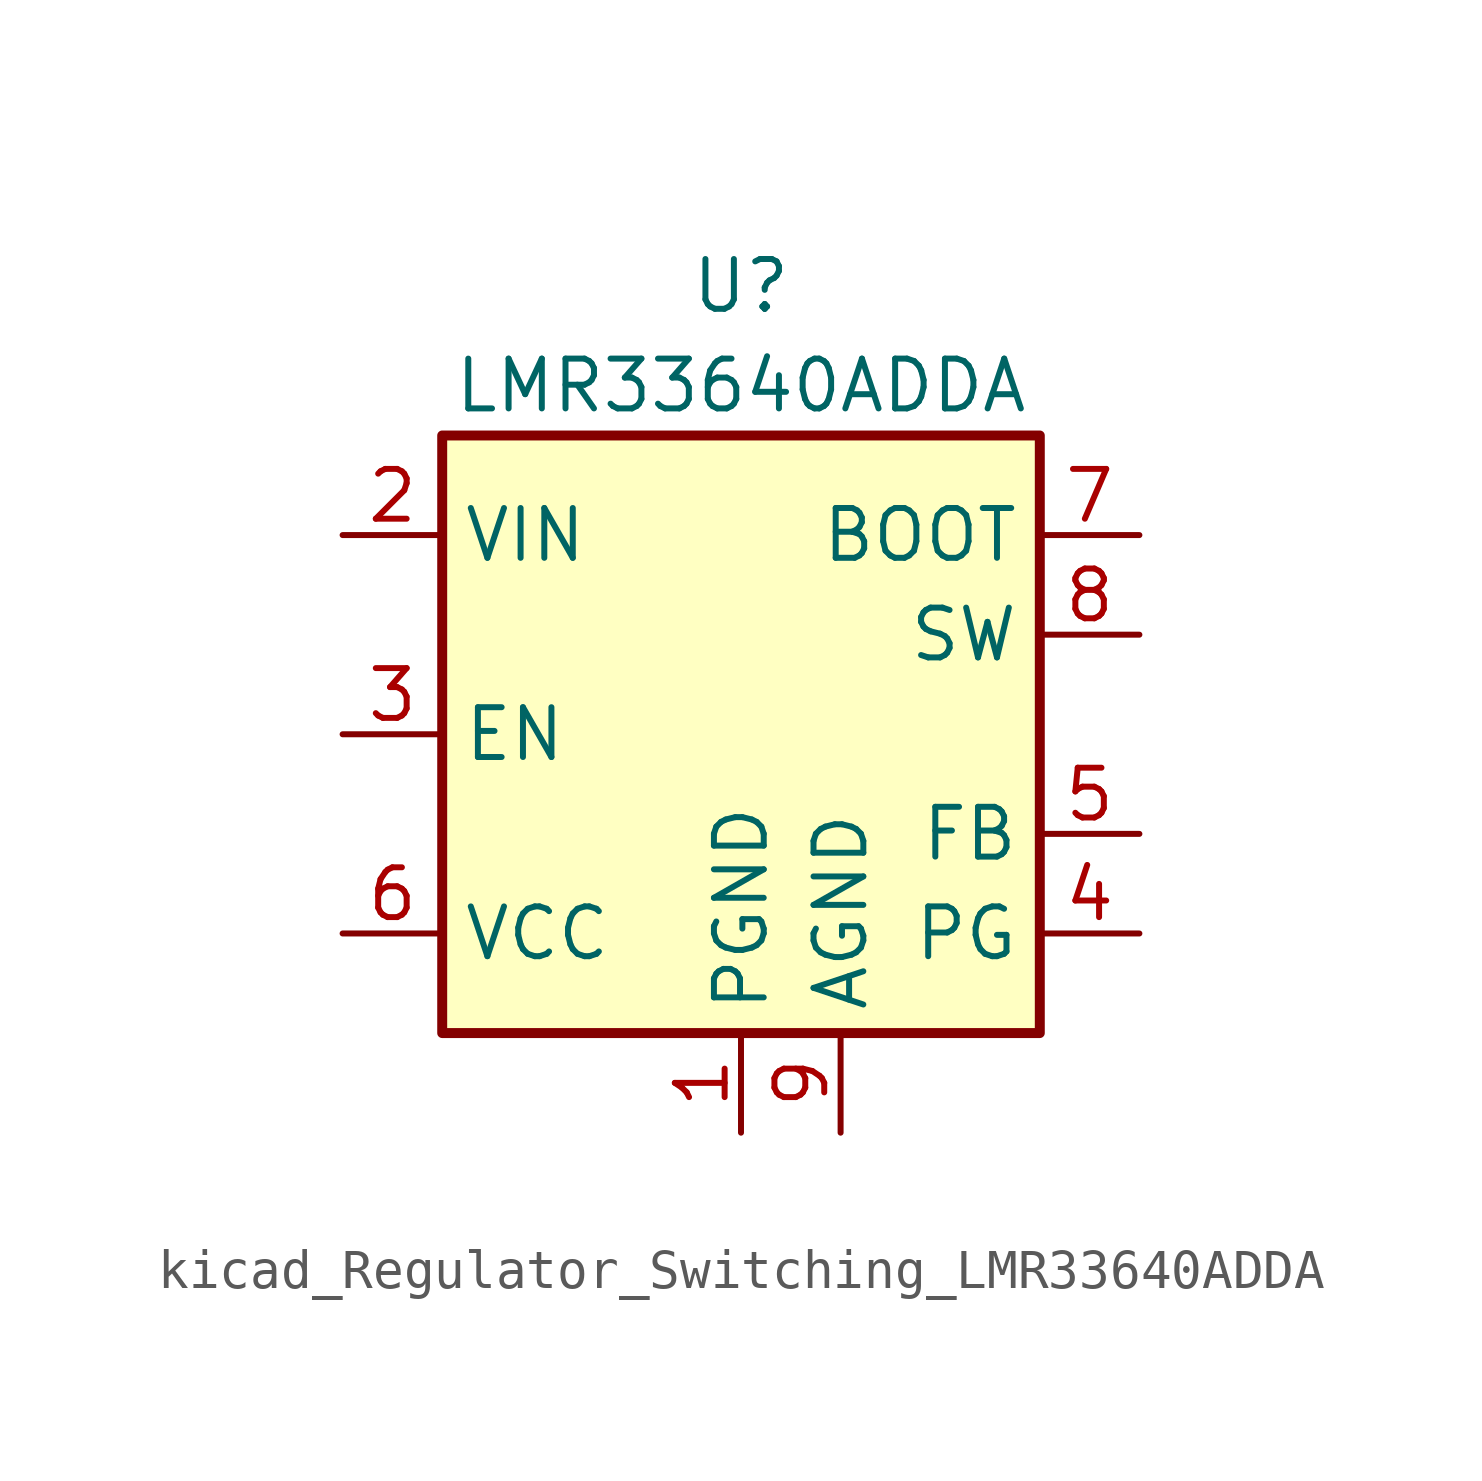
<source format=kicad_sym>
(kicad_symbol_lib
  (version 20220914)
  (generator kicad_symbol_editor)
  (symbol "kicad_Regulator_Switching_LMR33640ADDA"
    (property "Reference" "U"
      (at 0 11.43 0)
      (effects (font (size 1.27 1.27))))
    (property "Value" "LMR33640ADDA"
      (at 0 8.89 0)
      (effects (font (size 1.27 1.27))))
    (symbol "kicad_Regulator_Switching_LMR33640ADDA_0_1"
      (rectangle (start -7.62 7.62) (end 7.62 -7.62) (stroke (width 0.254) (type default)) (fill (type background))))
    (symbol "kicad_Regulator_Switching_LMR33640ADDA_1_1"
      (pin power_in line (at 0 -10.16 90) (length 2.54) (name "PGND" (effects (font (size 1.27 1.27)))) (number "1" (effects (font (size 1.27 1.27)))))
      (pin power_in line (at -10.16 5.08 0) (length 2.54) (name "VIN" (effects (font (size 1.27 1.27)))) (number "2" (effects (font (size 1.27 1.27)))))
      (pin input line (at -10.16 0 0) (length 2.54) (name "EN" (effects (font (size 1.27 1.27)))) (number "3" (effects (font (size 1.27 1.27)))))
      (pin open_collector line (at 10.16 -5.08 180) (length 2.54) (name "PG" (effects (font (size 1.27 1.27)))) (number "4" (effects (font (size 1.27 1.27)))))
      (pin input line (at 10.16 -2.54 180) (length 2.54) (name "FB" (effects (font (size 1.27 1.27)))) (number "5" (effects (font (size 1.27 1.27)))))
      (pin power_out line (at -10.16 -5.08 0) (length 2.54) (name "VCC" (effects (font (size 1.27 1.27)))) (number "6" (effects (font (size 1.27 1.27)))))
      (pin input line (at 10.16 5.08 180) (length 2.54) (name "BOOT" (effects (font (size 1.27 1.27)))) (number "7" (effects (font (size 1.27 1.27)))))
      (pin output line (at 10.16 2.54 180) (length 2.54) (name "SW" (effects (font (size 1.27 1.27)))) (number "8" (effects (font (size 1.27 1.27)))))
      (pin power_in line (at 2.54 -10.16 90) (length 2.54) (name "AGND" (effects (font (size 1.27 1.27)))) (number "9" (effects (font (size 1.27 1.27))))))))
</source>
